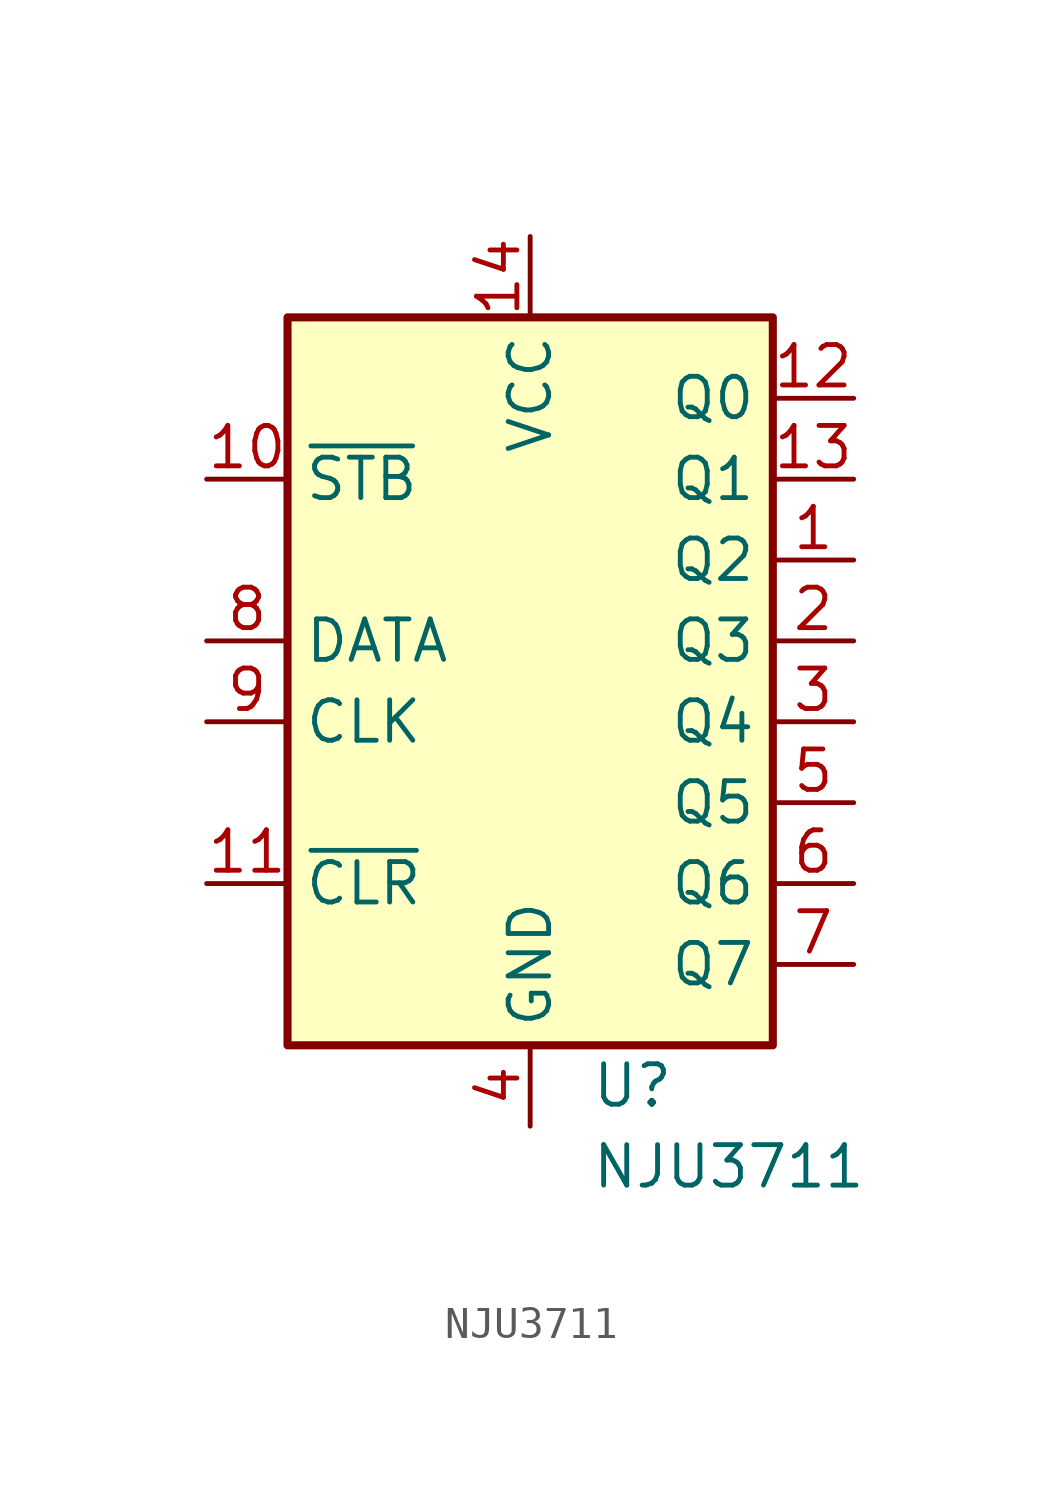
<source format=kicad_sym>
(kicad_symbol_lib
  (version 20241209)
  (generator "kicad_symbol_editor")
  (generator_version "9.0")
  (symbol "NJU3711"
    (property "Reference" "U"
      (at 1.905 -13.97 0)
      (effects (font (size 1.27 1.27)) (justify left)))
    (property "Value" "NJU3711"
      (at 1.905 -16.51 0)
      (effects (font (size 1.27 1.27)) (justify left)))
    (symbol "NJU3711_0_1"
      (rectangle (start 7.62 10.16) (end -7.62 -12.7) (stroke (width 0.254) (type solid)) (fill (type background))))
    (symbol "NJU3711_1_1"
      (pin input line (at -10.16 5.08 0) (length 2.54) (name "~{STB}" (effects (font (size 1.27 1.27)))) (number "10" (effects (font (size 1.27 1.27)))))
      (pin input line (at -10.16 0 0) (length 2.54) (name "DATA" (effects (font (size 1.27 1.27)))) (number "8" (effects (font (size 1.27 1.27)))))
      (pin input line (at -10.16 -2.54 0) (length 2.54) (name "CLK" (effects (font (size 1.27 1.27)))) (number "9" (effects (font (size 1.27 1.27)))))
      (pin input line (at -10.16 -7.62 0) (length 2.54) (name "~{CLR}" (effects (font (size 1.27 1.27)))) (number "11" (effects (font (size 1.27 1.27)))))
      (pin power_in line (at 0 12.7 270) (length 2.54) (name "VCC" (effects (font (size 1.27 1.27)))) (number "14" (effects (font (size 1.27 1.27)))))
      (pin power_in line (at 0 -15.24 90) (length 2.54) (name "GND" (effects (font (size 1.27 1.27)))) (number "4" (effects (font (size 1.27 1.27)))))
      (pin output line (at 10.16 7.62 180) (length 2.54) (name "Q0" (effects (font (size 1.27 1.27)))) (number "12" (effects (font (size 1.27 1.27)))))
      (pin output line (at 10.16 5.08 180) (length 2.54) (name "Q1" (effects (font (size 1.27 1.27)))) (number "13" (effects (font (size 1.27 1.27)))))
      (pin output line (at 10.16 2.54 180) (length 2.54) (name "Q2" (effects (font (size 1.27 1.27)))) (number "1" (effects (font (size 1.27 1.27)))))
      (pin output line (at 10.16 0 180) (length 2.54) (name "Q3" (effects (font (size 1.27 1.27)))) (number "2" (effects (font (size 1.27 1.27)))))
      (pin output line (at 10.16 -2.54 180) (length 2.54) (name "Q4" (effects (font (size 1.27 1.27)))) (number "3" (effects (font (size 1.27 1.27)))))
      (pin output line (at 10.16 -5.08 180) (length 2.54) (name "Q5" (effects (font (size 1.27 1.27)))) (number "5" (effects (font (size 1.27 1.27)))))
      (pin output line (at 10.16 -7.62 180) (length 2.54) (name "Q6" (effects (font (size 1.27 1.27)))) (number "6" (effects (font (size 1.27 1.27)))))
      (pin output line (at 10.16 -10.16 180) (length 2.54) (name "Q7" (effects (font (size 1.27 1.27)))) (number "7" (effects (font (size 1.27 1.27))))))))
</source>
